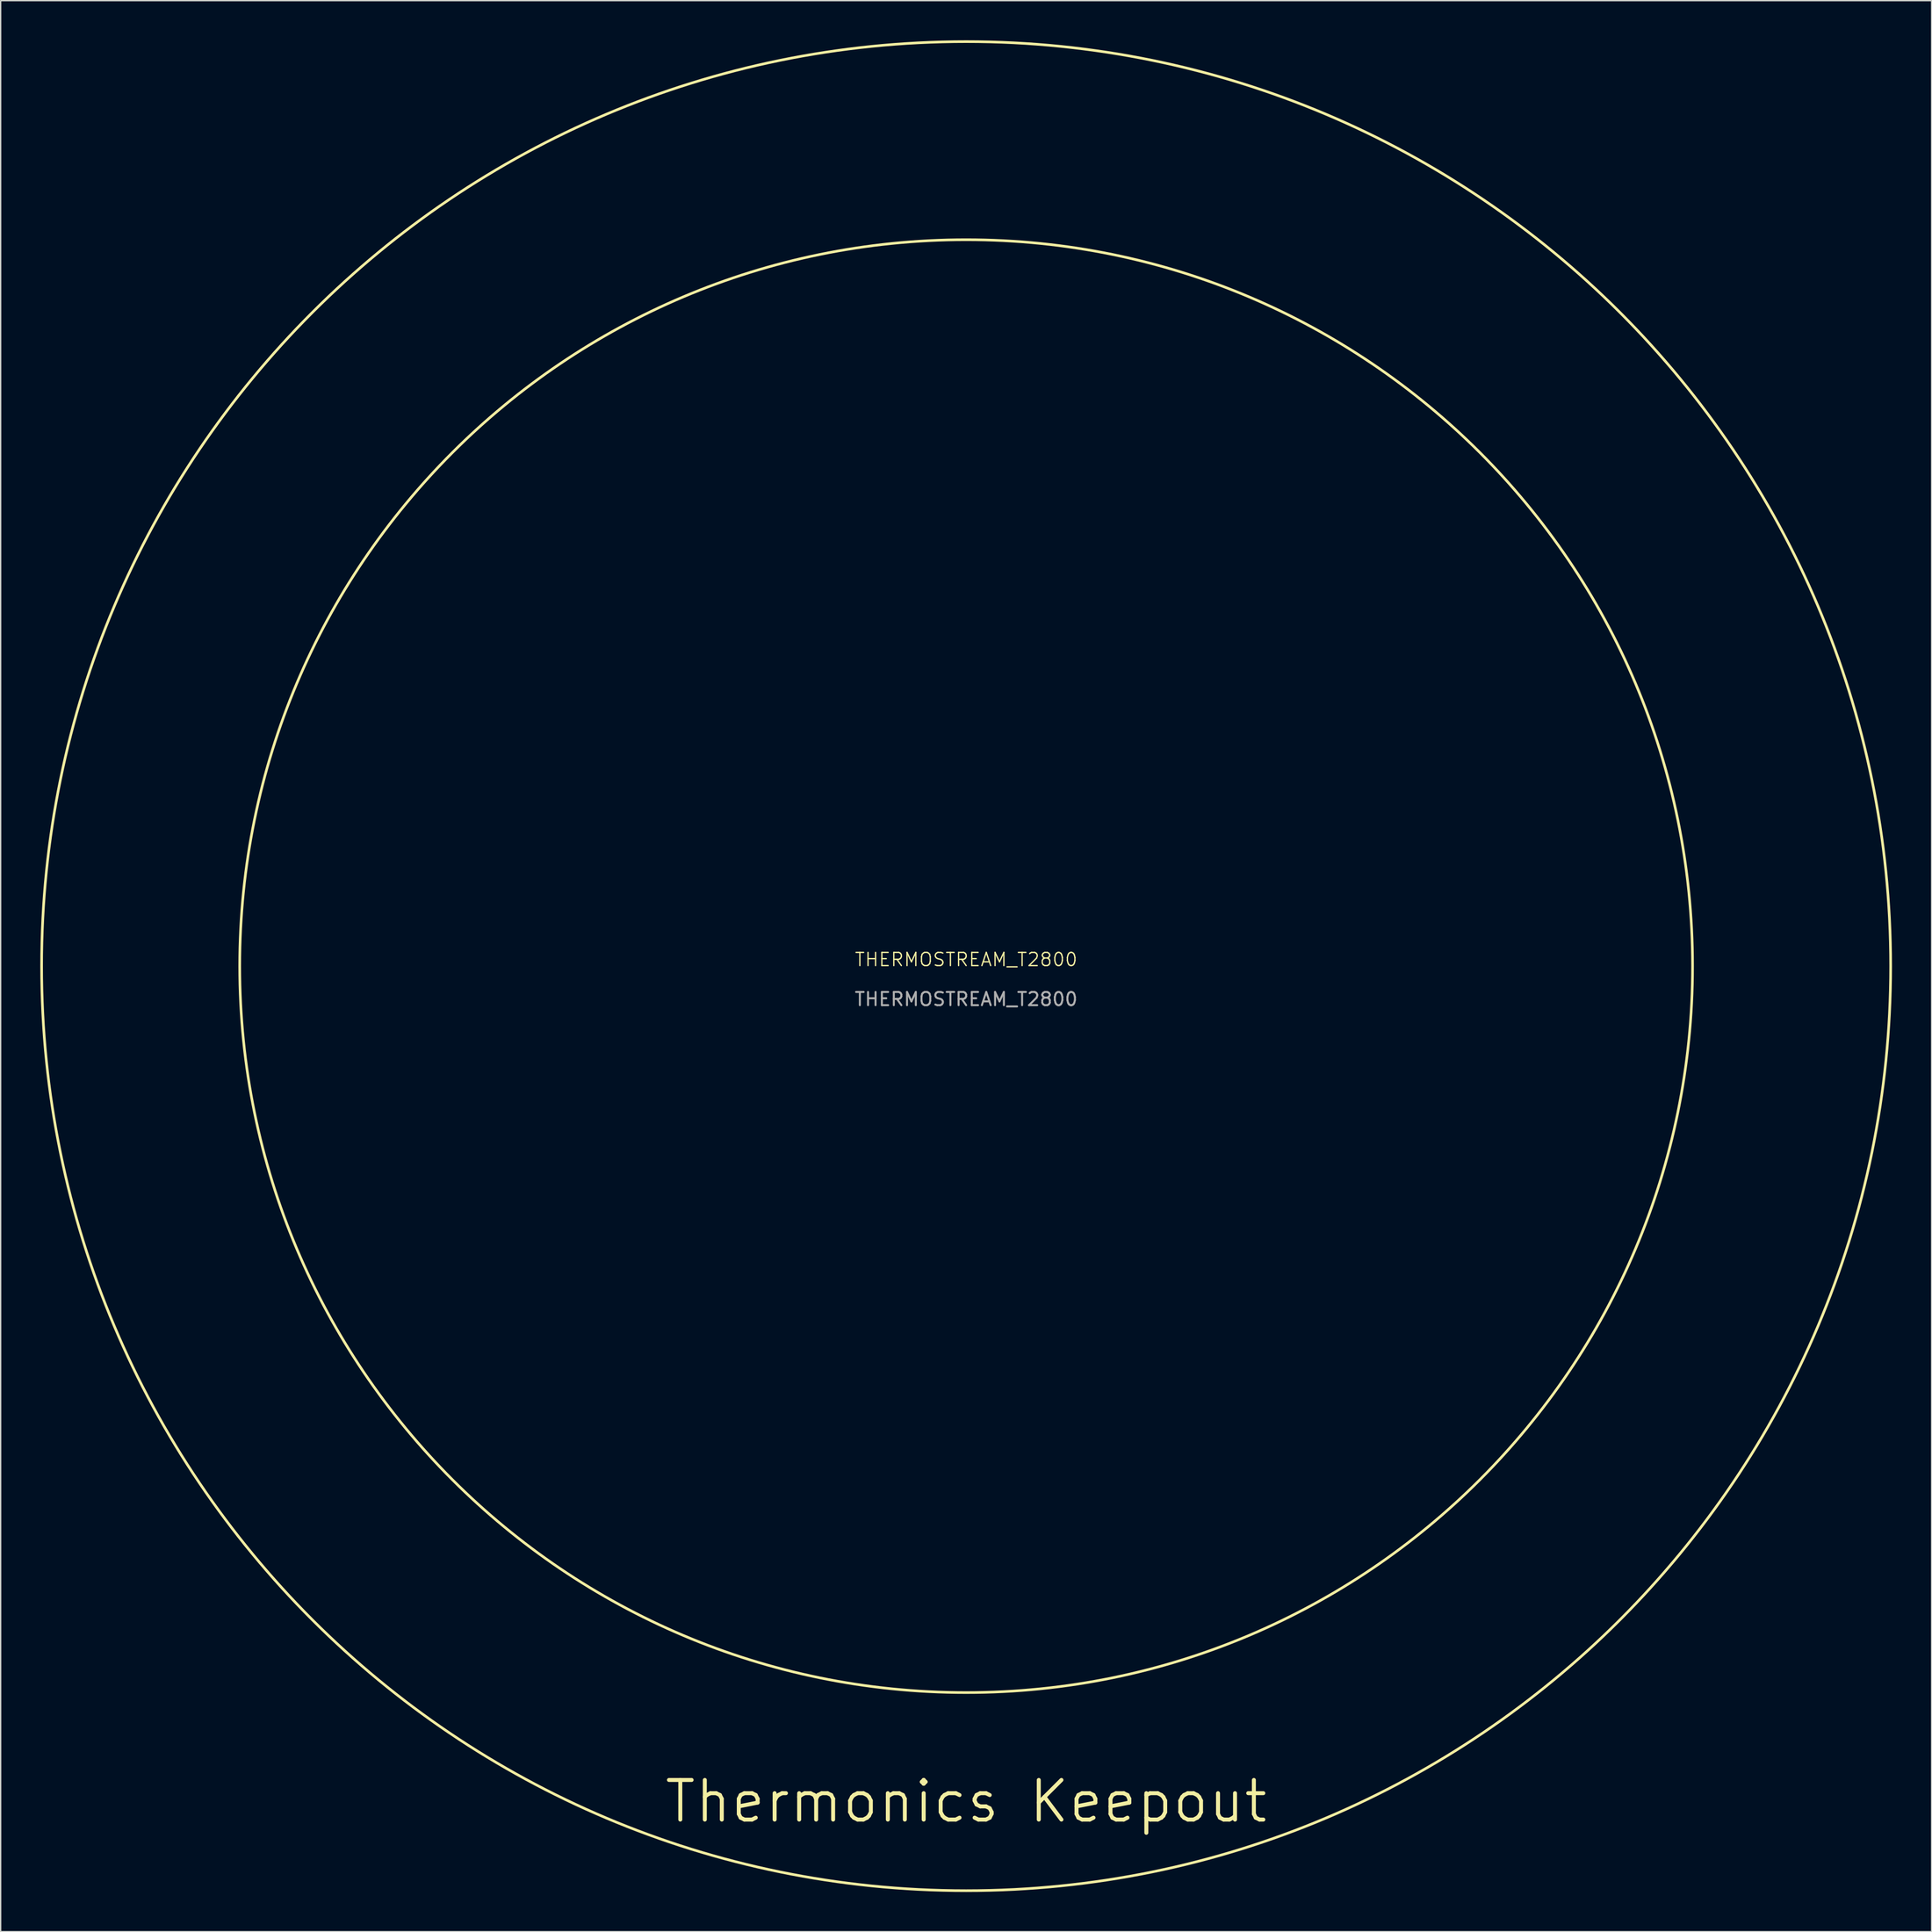
<source format=kicad_pcb>
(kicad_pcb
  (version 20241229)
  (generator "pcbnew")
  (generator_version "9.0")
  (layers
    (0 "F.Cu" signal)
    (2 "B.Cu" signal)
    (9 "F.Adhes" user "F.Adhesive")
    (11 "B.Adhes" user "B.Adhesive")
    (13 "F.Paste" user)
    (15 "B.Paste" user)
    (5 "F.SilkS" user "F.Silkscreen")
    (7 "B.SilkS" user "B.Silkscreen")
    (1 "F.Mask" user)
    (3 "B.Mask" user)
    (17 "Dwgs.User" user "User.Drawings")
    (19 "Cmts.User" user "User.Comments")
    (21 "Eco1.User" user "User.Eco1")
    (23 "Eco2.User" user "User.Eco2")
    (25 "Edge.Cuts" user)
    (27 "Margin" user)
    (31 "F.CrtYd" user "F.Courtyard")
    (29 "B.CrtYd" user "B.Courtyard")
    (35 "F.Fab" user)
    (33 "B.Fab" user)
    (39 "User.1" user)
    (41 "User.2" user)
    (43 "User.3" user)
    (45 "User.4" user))
  (footprint "THERMOSTREAM_T2800"
    (layer "F.Cu")
    (at 70.1 70.1)
    (property "Reference" "THERMOSTREAM_T2800" (at 0 -0.5 0) (unlocked yes) (layer "F.SilkS") (effects (font (size 1 1) (thickness 0.1))))
    (fp_circle (center 0 0) (end 55 0) (stroke (width 0.2) (type default)) (fill no) (layer "F.SilkS"))
    (fp_circle (center 0 0) (end 70 0) (stroke (width 0.2) (type default)) (fill no) (layer "F.SilkS"))
    (fp_text user "Thermonics Keepout" (at 0 65 0) (unlocked yes) (layer "F.SilkS") (effects (font (size 3 3) (thickness 0.3)) (justify bottom)))
    (fp_text user "${REFERENCE}" (at 0 2.5 0) (unlocked yes) (layer "F.Fab") (effects (font (size 1 1) (thickness 0.15)))))
  (gr_rect
    (start -3 -3)
    (end 143.2 143.2)
    (stroke (width 0.1) (type default))
    (fill no)
    (layer "Edge.Cuts")))
</source>
